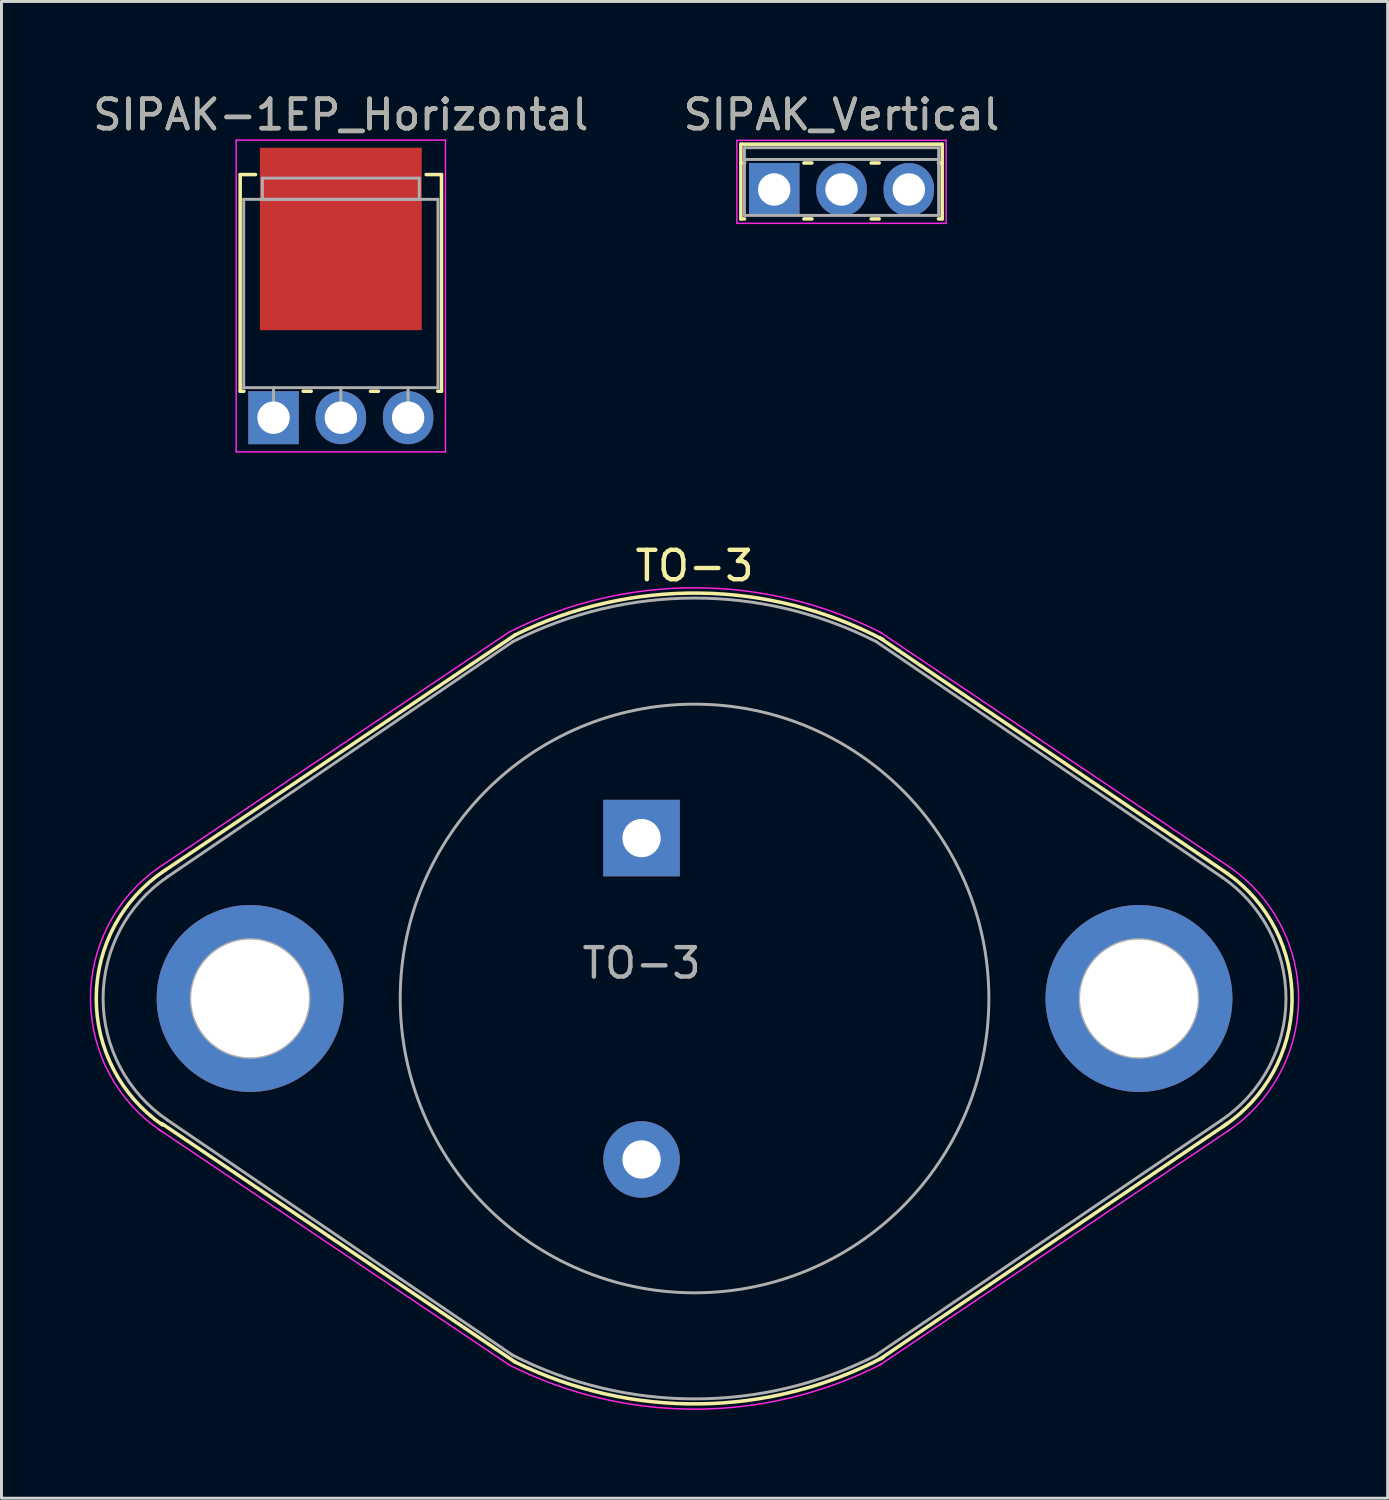
<source format=kicad_pcb>
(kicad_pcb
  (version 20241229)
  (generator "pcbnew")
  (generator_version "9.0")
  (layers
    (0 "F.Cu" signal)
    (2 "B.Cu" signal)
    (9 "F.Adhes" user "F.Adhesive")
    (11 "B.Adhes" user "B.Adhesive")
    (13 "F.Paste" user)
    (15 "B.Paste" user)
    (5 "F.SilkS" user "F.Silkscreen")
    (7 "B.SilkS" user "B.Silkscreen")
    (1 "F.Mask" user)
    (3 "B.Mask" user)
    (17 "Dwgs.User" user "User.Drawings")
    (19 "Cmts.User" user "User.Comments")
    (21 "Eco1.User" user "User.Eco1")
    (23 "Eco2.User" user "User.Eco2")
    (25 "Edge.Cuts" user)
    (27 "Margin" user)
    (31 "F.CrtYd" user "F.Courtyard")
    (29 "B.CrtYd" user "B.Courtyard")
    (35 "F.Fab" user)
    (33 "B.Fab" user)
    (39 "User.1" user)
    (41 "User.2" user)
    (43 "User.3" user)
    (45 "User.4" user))
  (footprint "TO-3"
    (layer "F.Cu")
    (at 18.748 25.425)
    (property "Reference" "TO-3" (at 1.8 -9.25 0) (layer "F.SilkS") (effects (font (size 1 1) (thickness 0.15))))
    (attr through_hole)
    (fp_line (start -4.3 -6.9) (end -16.2 1.1) (stroke (width 0.12) (type solid)) (layer "F.SilkS"))
    (fp_line (start -4.3 17.8) (end -16.3 9.7) (stroke (width 0.12) (type solid)) (layer "F.SilkS"))
    (fp_line (start 8.1 -6.8) (end 19.9 1.2) (stroke (width 0.12) (type solid)) (layer "F.SilkS"))
    (fp_line (start 8.1 17.7) (end 19.9 9.7) (stroke (width 0.12) (type solid)) (layer "F.SilkS"))
    (fp_arc (start -16.276967 9.747694) (mid -18.527843 5.403471) (end -16.2 1.1) (stroke (width 0.12) (type solid)) (layer "F.SilkS"))
    (fp_arc (start -4.3 -6.9) (mid 1.971643 -8.323273) (end 8.20587 -6.744152) (stroke (width 0.12) (type solid)) (layer "F.SilkS"))
    (fp_arc (start 8.20587 17.644152) (mid 1.971643 19.223273) (end -4.3 17.8) (stroke (width 0.12) (type solid)) (layer "F.SilkS"))
    (fp_arc (start 19.9 1.2) (mid 22.101343 5.542388) (end 19.747176 9.803859) (stroke (width 0.12) (type solid)) (layer "F.SilkS"))
    (fp_line (start -4.5 -7) (end -16.4 1) (stroke (width 0.05) (type solid)) (layer "F.CrtYd"))
    (fp_line (start -4.5 17.9) (end -16.4 9.9) (stroke (width 0.05) (type solid)) (layer "F.CrtYd"))
    (fp_line (start 8.1 -7) (end 20 1) (stroke (width 0.05) (type solid)) (layer "F.CrtYd"))
    (fp_line (start 8.1 17.9) (end 20 9.9) (stroke (width 0.05) (type solid)) (layer "F.CrtYd"))
    (fp_arc (start -16.296319 9.970461) (mid -18.722967 5.512679) (end -16.4 1) (stroke (width 0.05) (type solid)) (layer "F.CrtYd"))
    (fp_arc (start -4.5 -7) (mid 1.838841 -8.503171) (end 8.169214 -6.964733) (stroke (width 0.05) (type solid)) (layer "F.CrtYd"))
    (fp_arc (start 8.169214 17.864733) (mid 1.838841 19.403171) (end -4.5 17.9) (stroke (width 0.05) (type solid)) (layer "F.CrtYd"))
    (fp_arc (start 20 1) (mid 22.322967 5.512679) (end 19.896319 9.970461) (stroke (width 0.05) (type solid)) (layer "F.CrtYd"))
    (fp_line (start -4.38 -6.67) (end -16.11 1.32) (stroke (width 0.1) (type solid)) (layer "F.Fab"))
    (fp_line (start -4.38 17.57) (end -16.11 9.58) (stroke (width 0.1) (type solid)) (layer "F.Fab"))
    (fp_line (start 7.98 -6.67) (end 19.71 1.32) (stroke (width 0.1) (type solid)) (layer "F.Fab"))
    (fp_line (start 7.98 17.56) (end 19.71 9.58) (stroke (width 0.1) (type solid)) (layer "F.Fab"))
    (fp_arc (start -16.105547 9.583026) (mid -18.295297 5.452692) (end -16.11 1.32) (stroke (width 0.1) (type solid)) (layer "F.Fab"))
    (fp_arc (start -4.38 -6.67) (mid 1.795945 -8.15466) (end 7.972773 -6.673682) (stroke (width 0.1) (type solid)) (layer "F.Fab"))
    (fp_arc (start 7.972773 17.573682) (mid 1.795945 19.05466) (end -4.38 17.57) (stroke (width 0.1) (type solid)) (layer "F.Fab"))
    (fp_arc (start 19.71 1.32) (mid 21.895297 5.452692) (end 19.705547 9.583026) (stroke (width 0.1) (type solid)) (layer "F.Fab"))
    (fp_circle (center -13.3 5.45) (end -15.3 5.45) (stroke (width 0.1) (type solid)) (fill no) (layer "F.Fab"))
    (fp_circle (center 1.8 5.45) (end 11.8 5.45) (stroke (width 0.1) (type solid)) (fill no) (layer "F.Fab"))
    (fp_circle (center 16.9 5.45) (end 18.9 5.45) (stroke (width 0.1) (type solid)) (fill no) (layer "F.Fab"))
    (fp_text user "${REFERENCE}" (at 0 4.25 0) (layer "F.Fab") (effects (font (size 1 1) (thickness 0.15))))
    (pad "1" thru_hole rect (at 0 0) (size 2.6 2.6) (drill 1.3) (layers "*.Cu" "*.Mask"))
    (pad "2" thru_hole circle (at 0 10.92) (size 2.6 2.6) (drill 1.3) (layers "*.Cu" "*.Mask"))
    (pad "3" thru_hole circle (at -13.3 5.45) (size 6.35 6.35) (drill 4) (layers "*.Cu" "*.Mask"))
    (pad "3" thru_hole circle (at 16.9 5.45) (size 6.35 6.35) (drill 4) (layers "*.Cu" "*.Mask")))
  (footprint "SIPAK_Vertical"
    (layer "F.Cu")
    (at 23.256 3.388)
    (property "Reference" "SIPAK_Vertical" (at 2.286 -2.54 0) (layer "F.SilkS") (effects (font (size 1 1) (thickness 0.15))))
    (attr through_hole)
    (fp_line (start -1.134 -1.54) (end -1.134 1) (stroke (width 0.12) (type solid)) (layer "F.SilkS"))
    (fp_line (start -1.134 -1.54) (end 5.706 -1.54) (stroke (width 0.12) (type solid)) (layer "F.SilkS"))
    (fp_line (start -1.134 -0.9) (end -1.008 -0.9) (stroke (width 0.12) (type solid)) (layer "F.SilkS"))
    (fp_line (start -1.134 1) (end -1.008 1) (stroke (width 0.12) (type solid)) (layer "F.SilkS"))
    (fp_line (start 1.008 -0.9) (end 1.279 -0.9) (stroke (width 0.12) (type solid)) (layer "F.SilkS"))
    (fp_line (start 1.008 1) (end 1.279 1) (stroke (width 0.12) (type solid)) (layer "F.SilkS"))
    (fp_line (start 3.294 -0.9) (end 3.565 -0.9) (stroke (width 0.12) (type solid)) (layer "F.SilkS"))
    (fp_line (start 3.294 1) (end 3.565 1) (stroke (width 0.12) (type solid)) (layer "F.SilkS"))
    (fp_line (start 5.58 -0.9) (end 5.706 -0.9) (stroke (width 0.12) (type solid)) (layer "F.SilkS"))
    (fp_line (start 5.58 1) (end 5.706 1) (stroke (width 0.12) (type solid)) (layer "F.SilkS"))
    (fp_line (start 5.706 -1.54) (end 5.706 1) (stroke (width 0.12) (type solid)) (layer "F.SilkS"))
    (fp_line (start -1.27 -1.67) (end -1.27 1.15) (stroke (width 0.05) (type solid)) (layer "F.CrtYd"))
    (fp_line (start -1.27 1.15) (end 5.84 1.15) (stroke (width 0.05) (type solid)) (layer "F.CrtYd"))
    (fp_line (start 5.84 -1.67) (end -1.27 -1.67) (stroke (width 0.05) (type solid)) (layer "F.CrtYd"))
    (fp_line (start 5.84 1.15) (end 5.84 -1.67) (stroke (width 0.05) (type solid)) (layer "F.CrtYd"))
    (fp_line (start -1.014 -1.42) (end -1.014 0.88) (stroke (width 0.1) (type solid)) (layer "F.Fab"))
    (fp_line (start -1.014 -1.02) (end 5.586 -1.02) (stroke (width 0.1) (type solid)) (layer "F.Fab"))
    (fp_line (start -1.014 0.88) (end 5.586 0.88) (stroke (width 0.1) (type solid)) (layer "F.Fab"))
    (fp_line (start 5.586 -1.42) (end -1.014 -1.42) (stroke (width 0.1) (type solid)) (layer "F.Fab"))
    (fp_line (start 5.586 0.88) (end 5.586 -1.42) (stroke (width 0.1) (type solid)) (layer "F.Fab"))
    (fp_text user "${REFERENCE}" (at 2.286 -2.54 0) (layer "F.Fab") (effects (font (size 1 1) (thickness 0.15))))
    (pad "1" thru_hole rect (at 0 0) (size 1.714 1.8) (drill 1.1) (layers "*.Cu" "*.Mask"))
    (pad "2" thru_hole oval (at 2.286 0) (size 1.714 1.8) (drill 1.1) (layers "*.Cu" "*.Mask"))
    (pad "3" thru_hole oval (at 4.572 0) (size 1.714 1.8) (drill 1.1) (layers "*.Cu" "*.Mask")))
  (footprint "SIPAK-1EP_Horizontal"
    (layer "F.Cu")
    (at 6.244 11.142)
    (property "Reference" "SIPAK-1EP_Horizontal" (at 2.286 -10.293 0) (layer "F.SilkS") (effects (font (size 1 1) (thickness 0.15))))
    (attr through_hole)
    (fp_line (start -1.134 -8.26) (end -1.134 -0.9) (stroke (width 0.12) (type solid)) (layer "F.SilkS"))
    (fp_line (start -1.134 -8.26) (end -0.614 -8.26) (stroke (width 0.12) (type solid)) (layer "F.SilkS"))
    (fp_line (start -1.134 -0.9) (end -1.008 -0.9) (stroke (width 0.12) (type solid)) (layer "F.SilkS"))
    (fp_line (start 1.008 -0.9) (end 1.279 -0.9) (stroke (width 0.12) (type solid)) (layer "F.SilkS"))
    (fp_line (start 3.294 -0.9) (end 3.565 -0.9) (stroke (width 0.12) (type solid)) (layer "F.SilkS"))
    (fp_line (start 5.186 -8.26) (end 5.706 -8.26) (stroke (width 0.12) (type solid)) (layer "F.SilkS"))
    (fp_line (start 5.58 -0.9) (end 5.706 -0.9) (stroke (width 0.12) (type solid)) (layer "F.SilkS"))
    (fp_line (start 5.706 -8.26) (end 5.706 -0.9) (stroke (width 0.12) (type solid)) (layer "F.SilkS"))
    (fp_line (start -1.27 -9.43) (end -1.27 1.16) (stroke (width 0.05) (type solid)) (layer "F.CrtYd"))
    (fp_line (start -1.27 1.16) (end 5.84 1.16) (stroke (width 0.05) (type solid)) (layer "F.CrtYd"))
    (fp_line (start 5.84 -9.43) (end -1.27 -9.43) (stroke (width 0.05) (type solid)) (layer "F.CrtYd"))
    (fp_line (start 5.84 1.16) (end 5.84 -9.43) (stroke (width 0.05) (type solid)) (layer "F.CrtYd"))
    (fp_line (start -1.014 -7.42) (end 5.586 -7.42) (stroke (width 0.1) (type solid)) (layer "F.Fab"))
    (fp_line (start -1.014 -1.02) (end -1.014 -7.42) (stroke (width 0.1) (type solid)) (layer "F.Fab"))
    (fp_line (start -0.379 -8.14) (end 4.951 -8.14) (stroke (width 0.1) (type solid)) (layer "F.Fab"))
    (fp_line (start -0.379 -7.42) (end -0.379 -8.14) (stroke (width 0.1) (type solid)) (layer "F.Fab"))
    (fp_line (start 0 -1.02) (end 0 0) (stroke (width 0.1) (type solid)) (layer "F.Fab"))
    (fp_line (start 2.286 -1.02) (end 2.286 0) (stroke (width 0.1) (type solid)) (layer "F.Fab"))
    (fp_line (start 4.572 -1.02) (end 4.572 0) (stroke (width 0.1) (type solid)) (layer "F.Fab"))
    (fp_line (start 4.951 -8.14) (end 4.951 -7.42) (stroke (width 0.1) (type solid)) (layer "F.Fab"))
    (fp_line (start 4.951 -7.42) (end -0.379 -7.42) (stroke (width 0.1) (type solid)) (layer "F.Fab"))
    (fp_line (start 5.586 -7.42) (end 5.586 -1.02) (stroke (width 0.1) (type solid)) (layer "F.Fab"))
    (fp_line (start 5.586 -1.02) (end -1.014 -1.02) (stroke (width 0.1) (type solid)) (layer "F.Fab"))
    (fp_text user "${REFERENCE}" (at 2.286 -10.293 0) (layer "F.Fab") (effects (font (size 1 1) (thickness 0.15))))
    (pad "1" thru_hole rect (at 0 0) (size 1.714 1.8) (drill 1.1) (layers "*.Cu" "*.Mask"))
    (pad "2" thru_hole oval (at 2.286 0) (size 1.714 1.8) (drill 1.1) (layers "*.Cu" "*.Mask"))
    (pad "3" thru_hole oval (at 4.572 0) (size 1.714 1.8) (drill 1.1) (layers "*.Cu" "*.Mask"))
    (pad "4" smd rect (at 2.286 -6.073) (size 5.5 6.2) (layers "F.Cu" "F.Mask" "F.Paste")))
  (gr_rect
    (start -3 -3)
    (end 44.097 47.853)
    (stroke (width 0.1) (type default))
    (fill no)
    (layer "Edge.Cuts")))
</source>
